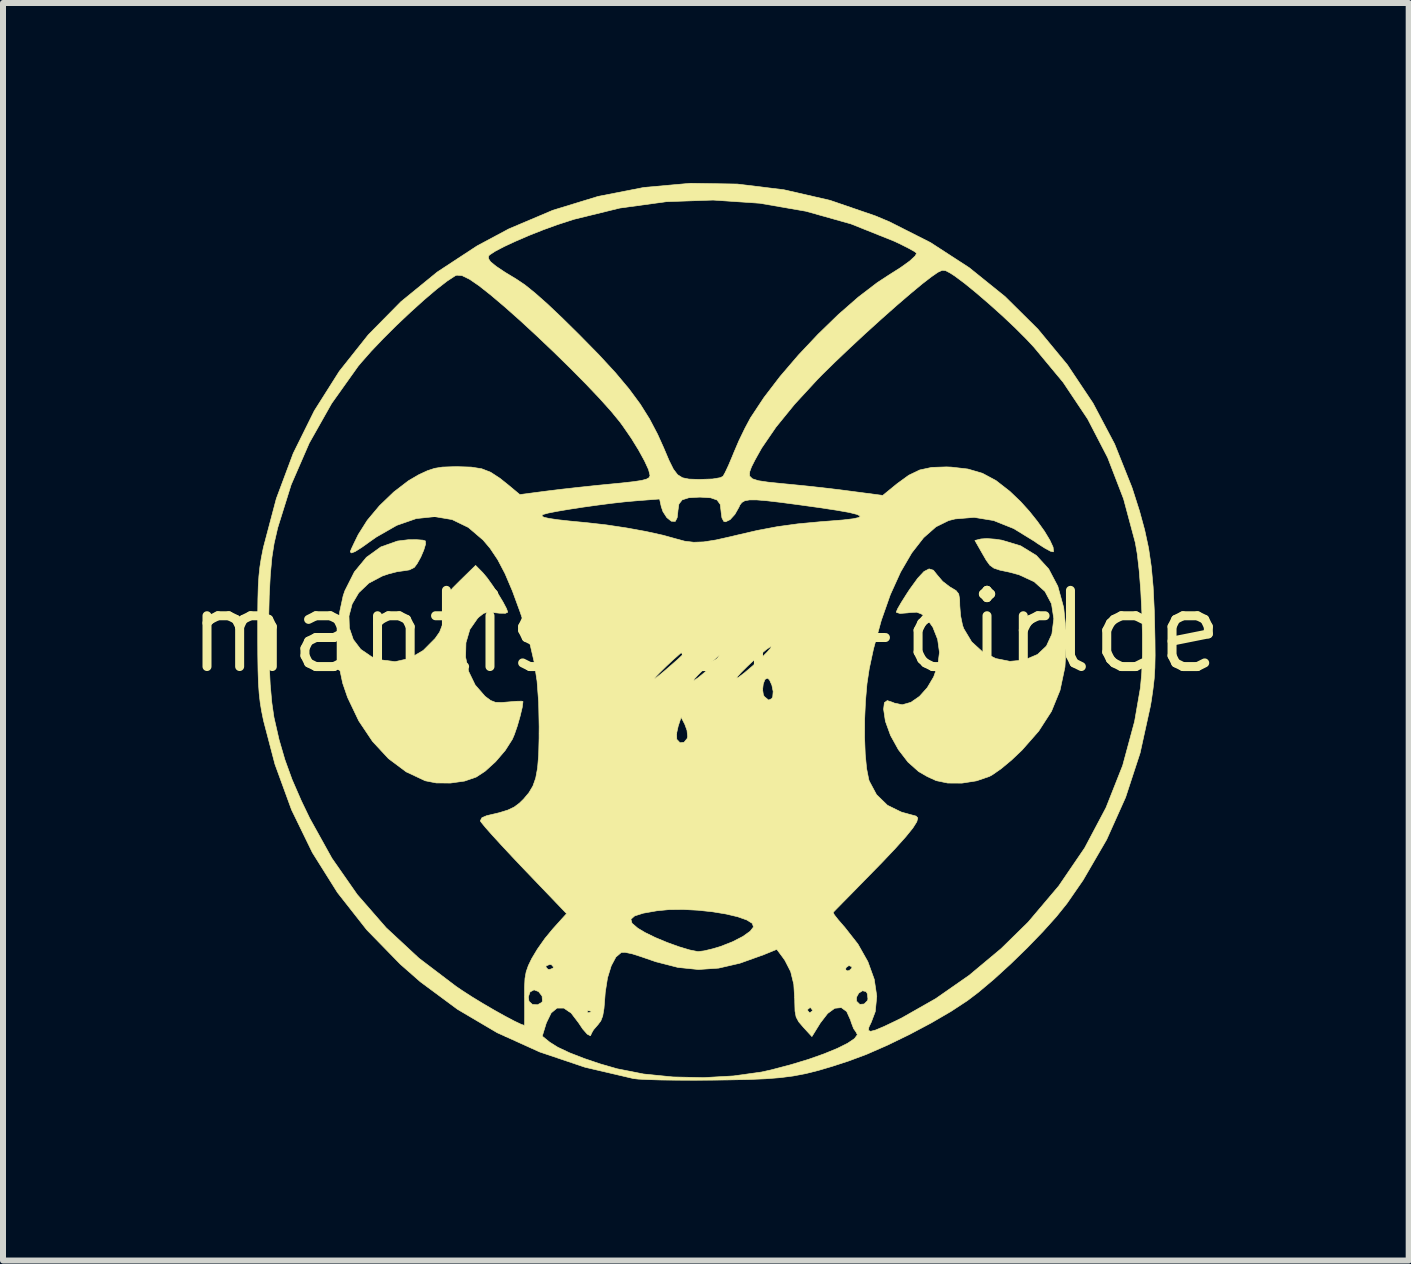
<source format=kicad_pcb>
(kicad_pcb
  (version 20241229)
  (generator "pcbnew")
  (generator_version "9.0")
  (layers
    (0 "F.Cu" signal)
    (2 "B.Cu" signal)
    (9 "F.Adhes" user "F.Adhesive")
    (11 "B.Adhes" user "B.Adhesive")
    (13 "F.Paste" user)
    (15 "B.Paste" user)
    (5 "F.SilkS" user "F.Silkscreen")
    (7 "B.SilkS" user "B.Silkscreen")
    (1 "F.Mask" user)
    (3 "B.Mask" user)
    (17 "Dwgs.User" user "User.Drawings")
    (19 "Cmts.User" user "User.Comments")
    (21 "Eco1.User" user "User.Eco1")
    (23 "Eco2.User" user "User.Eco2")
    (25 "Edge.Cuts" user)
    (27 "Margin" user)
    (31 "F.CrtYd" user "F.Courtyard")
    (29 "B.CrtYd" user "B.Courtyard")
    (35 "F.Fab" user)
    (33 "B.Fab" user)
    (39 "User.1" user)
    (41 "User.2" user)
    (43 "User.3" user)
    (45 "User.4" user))
  (footprint "mantisicon-cirlce"
    (layer "F.Cu")
    (at 8.716 7.481)
    (property "Reference" "mantisicon-cirlce" (at 0 0 0) (layer "F.SilkS") (effects (font (size 1.27 1.27) (thickness 0.15))))
    (attr through_hole)
    (fp_poly (pts (xy -4.716 -1.527) (xy -4.675 -1.514) (xy -4.672 -1.46) (xy -4.702 -1.361) (xy -4.752 -1.244) (xy -4.812 -1.136) (xy -4.859 -1.073) (xy -4.942 -1.031) (xy -5.039 -1.016) (xy -5.147 -1.001) (xy -5.294 -0.963) (xy -5.393 -0.929) (xy -5.618 -0.81) (xy -5.786 -0.65) (xy -5.896 -0.463) (xy -5.949 -0.262) (xy -5.942 -0.061) (xy -5.877 0.129) (xy -5.753 0.292) (xy -5.569 0.418) (xy -5.437 0.466) (xy -5.182 0.498) (xy -4.939 0.445) (xy -4.711 0.311) (xy -4.513 0.112) (xy -4.438 0.005) (xy -4.395 -0.106) (xy -4.373 -0.254) (xy -4.367 -0.325) (xy -4.357 -0.463) (xy -4.337 -0.56) (xy -4.295 -0.641) (xy -4.219 -0.731) (xy -4.095 -0.855) (xy -4.094 -0.856) (xy -3.838 -1.106) (xy -3.72 -0.987) (xy -3.646 -0.899) (xy -3.556 -0.773) (xy -3.463 -0.632) (xy -3.381 -0.496) (xy -3.323 -0.386) (xy -3.302 -0.326) (xy -3.34 -0.308) (xy -3.437 -0.309) (xy -3.493 -0.315) (xy -3.619 -0.327) (xy -3.703 -0.308) (xy -3.784 -0.244) (xy -3.807 -0.221) (xy -3.934 -0.038) (xy -3.999 0.183) (xy -4.005 0.423) (xy -3.953 0.664) (xy -3.845 0.887) (xy -3.683 1.073) (xy -3.676 1.079) (xy -3.588 1.145) (xy -3.508 1.176) (xy -3.402 1.179) (xy -3.293 1.17) (xy -3.162 1.159) (xy -3.073 1.157) (xy -3.048 1.163) (xy -3.061 1.262) (xy -3.096 1.408) (xy -3.142 1.569) (xy -3.192 1.714) (xy -3.226 1.793) (xy -3.344 1.978) (xy -3.504 2.165) (xy -3.68 2.325) (xy -3.828 2.422) (xy -4.022 2.489) (xy -4.257 2.522) (xy -4.494 2.52) (xy -4.678 2.484) (xy -4.994 2.336) (xy -5.29 2.115) (xy -5.556 1.828) (xy -5.786 1.485) (xy -5.972 1.095) (xy -6.054 0.856) (xy -6.109 0.595) (xy -6.135 0.29) (xy -6.133 -0.029) (xy -6.103 -0.335) (xy -6.046 -0.599) (xy -6.017 -0.684) (xy -5.859 -0.997) (xy -5.658 -1.241) (xy -5.418 -1.414) (xy -5.141 -1.512) (xy -4.962 -1.534) (xy -4.821 -1.535) (xy -4.716 -1.527)) (stroke (width 0.01) (type solid)) (fill yes) (layer "F.SilkS"))
    (fp_poly (pts (xy 4.826 -1.543) (xy 4.933 -1.527) (xy 5.248 -1.432) (xy 5.509 -1.272) (xy 5.715 -1.047) (xy 5.867 -0.758) (xy 5.965 -0.403) (xy 6.008 0.016) (xy 6.011 0.15) (xy 5.986 0.589) (xy 5.904 0.976) (xy 5.761 1.327) (xy 5.548 1.657) (xy 5.271 1.972) (xy 5.094 2.14) (xy 4.922 2.283) (xy 4.777 2.384) (xy 4.728 2.411) (xy 4.512 2.485) (xy 4.269 2.523) (xy 4.032 2.522) (xy 3.84 2.482) (xy 3.693 2.415) (xy 3.553 2.334) (xy 3.544 2.328) (xy 3.369 2.172) (xy 3.209 1.964) (xy 3.079 1.729) (xy 2.993 1.492) (xy 2.963 1.291) (xy 2.976 1.182) (xy 3.024 1.147) (xy 3.119 1.178) (xy 3.138 1.188) (xy 3.274 1.217) (xy 3.418 1.176) (xy 3.561 1.077) (xy 3.691 0.932) (xy 3.797 0.753) (xy 3.868 0.553) (xy 3.894 0.343) (xy 3.894 0.342) (xy 3.864 0.127) (xy 3.784 -0.076) (xy 3.68 -0.222) (xy 3.593 -0.297) (xy 3.514 -0.326) (xy 3.402 -0.32) (xy 3.366 -0.315) (xy 3.237 -0.305) (xy 3.178 -0.322) (xy 3.175 -0.331) (xy 3.197 -0.383) (xy 3.257 -0.487) (xy 3.344 -0.625) (xy 3.397 -0.706) (xy 3.531 -0.891) (xy 3.636 -1.004) (xy 3.721 -1.048) (xy 3.793 -1.026) (xy 3.86 -0.942) (xy 3.861 -0.941) (xy 3.947 -0.84) (xy 4.065 -0.749) (xy 4.083 -0.739) (xy 4.171 -0.686) (xy 4.215 -0.63) (xy 4.231 -0.541) (xy 4.233 -0.434) (xy 4.246 -0.268) (xy 4.279 -0.108) (xy 4.299 -0.052) (xy 4.431 0.168) (xy 4.614 0.336) (xy 4.832 0.446) (xy 5.068 0.493) (xy 5.308 0.471) (xy 5.529 0.378) (xy 5.677 0.238) (xy 5.768 0.039) (xy 5.8 -0.214) (xy 5.8 -0.218) (xy 5.762 -0.466) (xy 5.653 -0.672) (xy 5.472 -0.834) (xy 5.221 -0.95) (xy 5.058 -0.994) (xy 4.901 -1.027) (xy 4.802 -1.06) (xy 4.734 -1.109) (xy 4.674 -1.192) (xy 4.599 -1.322) (xy 4.485 -1.522) (xy 4.586 -1.547) (xy 4.684 -1.554) (xy 4.826 -1.543)) (stroke (width 0.01) (type solid)) (fill yes) (layer "F.SilkS"))
    (fp_poly (pts (xy 0.525 -7.463) (xy 1.301 -7.368) (xy 2.069 -7.192) (xy 2.824 -6.933) (xy 3.062 -6.833) (xy 3.746 -6.487) (xy 4.39 -6.069) (xy 4.988 -5.587) (xy 5.535 -5.045) (xy 6.026 -4.451) (xy 6.454 -3.81) (xy 6.814 -3.129) (xy 7.1 -2.413) (xy 7.113 -2.375) (xy 7.228 -2.015) (xy 7.315 -1.696) (xy 7.38 -1.394) (xy 7.425 -1.086) (xy 7.456 -0.749) (xy 7.475 -0.361) (xy 7.48 -0.169) (xy 7.487 0.145) (xy 7.489 0.395) (xy 7.485 0.6) (xy 7.474 0.78) (xy 7.454 0.954) (xy 7.427 1.142) (xy 7.411 1.237) (xy 7.239 2.02) (xy 6.997 2.76) (xy 6.681 3.465) (xy 6.288 4.141) (xy 6.019 4.53) (xy 5.843 4.749) (xy 5.616 5.001) (xy 5.355 5.271) (xy 5.078 5.54) (xy 4.802 5.792) (xy 4.543 6.01) (xy 4.36 6.149) (xy 4.084 6.33) (xy 3.754 6.522) (xy 3.394 6.713) (xy 3.028 6.891) (xy 2.681 7.043) (xy 2.378 7.156) (xy 2.107 7.244) (xy 1.874 7.313) (xy 1.662 7.366) (xy 1.456 7.405) (xy 1.238 7.433) (xy 0.993 7.452) (xy 0.704 7.464) (xy 0.357 7.471) (xy 0.127 7.474) (xy -0.185 7.476) (xy -0.481 7.475) (xy -0.745 7.472) (xy -0.965 7.465) (xy -1.126 7.457) (xy -1.206 7.448) (xy -2.015 7.259) (xy -2.771 7.004) (xy -3.351 6.741) (xy -2.727 6.741) (xy -2.602 6.842) (xy -2.47 6.925) (xy -2.273 7.018) (xy -2.029 7.113) (xy -1.756 7.205) (xy -1.478 7.285) (xy -1.037 7.372) (xy -0.547 7.421) (xy -0.038 7.432) (xy 0.463 7.404) (xy 0.927 7.339) (xy 1.086 7.304) (xy 1.409 7.219) (xy 1.707 7.129) (xy 1.97 7.036) (xy 2.192 6.945) (xy 2.364 6.859) (xy 2.478 6.782) (xy 2.526 6.717) (xy 2.501 6.669) (xy 2.463 6.615) (xy 2.423 6.51) (xy 2.412 6.473) (xy 2.348 6.331) (xy 2.258 6.265) (xy 2.149 6.276) (xy 2.03 6.363) (xy 1.906 6.524) (xy 1.904 6.528) (xy 1.768 6.748) (xy 1.625 6.592) (xy 1.548 6.502) (xy 1.505 6.422) (xy 1.486 6.322) (xy 1.486 6.308) (xy 1.693 6.308) (xy 1.726 6.349) (xy 1.736 6.35) (xy 1.777 6.318) (xy 1.778 6.308) (xy 1.746 6.267) (xy 1.736 6.265) (xy 1.695 6.298) (xy 1.693 6.308) (xy 1.486 6.308) (xy 1.482 6.171) (xy 1.482 6.145) (xy 1.479 6.095) (xy 2.51 6.095) (xy 2.513 6.159) (xy 2.566 6.211) (xy 2.639 6.205) (xy 2.694 6.149) (xy 2.702 6.123) (xy 2.692 6.033) (xy 2.671 5.998) (xy 2.611 5.984) (xy 2.549 6.024) (xy 2.51 6.095) (xy 1.479 6.095) (xy 1.466 5.878) (xy 1.414 5.665) (xy 1.397 5.632) (xy 2.328 5.632) (xy 2.359 5.653) (xy 2.392 5.646) (xy 2.434 5.606) (xy 2.431 5.583) (xy 2.385 5.564) (xy 2.338 5.597) (xy 2.328 5.632) (xy 1.397 5.632) (xy 1.319 5.48) (xy 1.284 5.43) (xy 1.183 5.294) (xy 0.962 5.384) (xy 0.568 5.525) (xy 0.213 5.607) (xy -0.124 5.63) (xy -0.466 5.595) (xy -0.833 5.501) (xy -1.082 5.415) (xy -1.226 5.369) (xy -1.345 5.344) (xy -1.408 5.345) (xy -1.499 5.422) (xy -1.577 5.568) (xy -1.639 5.769) (xy -1.677 6.012) (xy -1.683 6.094) (xy -1.698 6.28) (xy -1.719 6.404) (xy -1.751 6.487) (xy -1.8 6.552) (xy -1.805 6.557) (xy -1.873 6.636) (xy -1.905 6.692) (xy -1.905 6.694) (xy -1.924 6.735) (xy -1.976 6.708) (xy -2.052 6.622) (xy -2.121 6.519) (xy -2.246 6.355) (xy -2.296 6.322) (xy -1.976 6.322) (xy -1.97 6.347) (xy -1.947 6.35) (xy -1.912 6.335) (xy -1.919 6.322) (xy -1.969 6.317) (xy -1.976 6.322) (xy -2.296 6.322) (xy -2.368 6.273) (xy -2.48 6.273) (xy -2.578 6.354) (xy -2.657 6.516) (xy -2.665 6.539) (xy -2.727 6.741) (xy -3.351 6.741) (xy -3.478 6.684) (xy -4.139 6.294) (xy -4.759 5.835) (xy -5.093 5.542) (xy -5.653 4.968) (xy -6.141 4.347) (xy -6.559 3.681) (xy -6.906 2.968) (xy -7.183 2.208) (xy -7.373 1.482) (xy -7.405 1.325) (xy -7.429 1.179) (xy -7.446 1.027) (xy -7.458 0.853) (xy -7.465 0.642) (xy -7.469 0.378) (xy -7.47 0.153) (xy -7.288 0.153) (xy -7.279 0.528) (xy -7.262 0.877) (xy -7.235 1.181) (xy -7.2 1.423) (xy -7.197 1.437) (xy -7.114 1.8) (xy -7.017 2.133) (xy -6.897 2.464) (xy -6.743 2.818) (xy -6.602 3.111) (xy -6.233 3.776) (xy -5.811 4.381) (xy -5.329 4.934) (xy -4.782 5.442) (xy -4.163 5.912) (xy -4.064 5.979) (xy -3.902 6.084) (xy -3.718 6.196) (xy -3.528 6.307) (xy -3.347 6.408) (xy -3.192 6.49) (xy -3.078 6.544) (xy -3.024 6.562) (xy -3.022 6.522) (xy -3.021 6.416) (xy -3.021 6.26) (xy -3.022 6.128) (xy -3.022 6.087) (xy -2.959 6.087) (xy -2.948 6.16) (xy -2.891 6.212) (xy -2.806 6.218) (xy -2.736 6.179) (xy -2.724 6.159) (xy -2.73 6.073) (xy -2.788 5.998) (xy -2.864 5.969) (xy -2.93 6.004) (xy -2.959 6.087) (xy -3.022 6.087) (xy -3.022 5.924) (xy -3.015 5.779) (xy -2.995 5.668) (xy -2.967 5.588) (xy -2.667 5.588) (xy -2.633 5.626) (xy -2.603 5.63) (xy -2.547 5.607) (xy -2.54 5.588) (xy -2.574 5.55) (xy -2.603 5.546) (xy -2.66 5.569) (xy -2.667 5.588) (xy -2.967 5.588) (xy -2.959 5.565) (xy -2.903 5.449) (xy -2.809 5.292) (xy -2.683 5.113) (xy -2.551 4.953) (xy -2.55 4.952) (xy -2.406 4.792) (xy -1.249 4.792) (xy -1.231 4.859) (xy -1.135 4.941) (xy -1.013 5.014) (xy -0.843 5.097) (xy -0.646 5.179) (xy -0.447 5.251) (xy -0.27 5.304) (xy -0.14 5.33) (xy -0.125 5.331) (xy -0.028 5.319) (xy 0.114 5.285) (xy 0.245 5.246) (xy 0.446 5.167) (xy 0.617 5.079) (xy 0.739 4.992) (xy 0.794 4.921) (xy 0.774 4.861) (xy 0.682 4.804) (xy 0.532 4.751) (xy 0.338 4.705) (xy 0.113 4.668) (xy -0.131 4.642) (xy -0.379 4.629) (xy -0.618 4.632) (xy -0.816 4.651) (xy -1.043 4.691) (xy -1.187 4.737) (xy -1.249 4.792) (xy -2.406 4.792) (xy -2.321 4.699) (xy -3.034 3.955) (xy -3.233 3.745) (xy -3.411 3.554) (xy -3.561 3.39) (xy -3.675 3.261) (xy -3.743 3.178) (xy -3.76 3.152) (xy -3.733 3.1) (xy -3.654 3.066) (xy -3.446 3.017) (xy -3.3 2.972) (xy -3.195 2.922) (xy -3.109 2.858) (xy -3.039 2.79) (xy -2.95 2.684) (xy -2.883 2.572) (xy -2.836 2.439) (xy -2.805 2.271) (xy -2.787 2.053) (xy -2.78 1.773) (xy -2.78 1.692) (xy -0.487 1.692) (xy -0.485 1.786) (xy -0.483 1.795) (xy -0.431 1.85) (xy -0.363 1.842) (xy -0.312 1.78) (xy -0.304 1.748) (xy -0.314 1.644) (xy -0.352 1.54) (xy -0.412 1.425) (xy -0.461 1.574) (xy -0.487 1.692) (xy -2.78 1.692) (xy -2.779 1.587) (xy -2.787 1.181) (xy -2.803 0.965) (xy 0.946 0.965) (xy 0.959 1.052) (xy 0.975 1.081) (xy 1.047 1.139) (xy 1.099 1.114) (xy 1.115 1.083) (xy 1.122 0.995) (xy 1.1 0.888) (xy 1.06 0.801) (xy 1.028 0.773) (xy 0.986 0.794) (xy 0.957 0.869) (xy 0.946 0.965) (xy -2.803 0.965) (xy -2.813 0.831) (xy -2.815 0.813) (xy -0.203 0.813) (xy -0.191 0.809) (xy -0.141 0.775) (xy 0.514 0.775) (xy 0.545 0.759) (xy 0.647 0.682) (xy 0.78 0.569) (xy 0.918 0.443) (xy 0.926 0.436) (xy 1.025 0.336) (xy 1.082 0.269) (xy 1.088 0.245) (xy 1.077 0.249) (xy 1.008 0.296) (xy 0.899 0.387) (xy 0.766 0.506) (xy 0.696 0.572) (xy 0.586 0.681) (xy 0.523 0.751) (xy 0.514 0.775) (xy -0.141 0.775) (xy -0.124 0.763) (xy -0.015 0.673) (xy 0.118 0.555) (xy 0.191 0.487) (xy 0.301 0.378) (xy 0.368 0.306) (xy 0.385 0.277) (xy 0.36 0.289) (xy 0.276 0.351) (xy 0.171 0.439) (xy 0.059 0.538) (xy -0.048 0.638) (xy -0.136 0.726) (xy -0.192 0.788) (xy -0.203 0.813) (xy -2.815 0.813) (xy -2.82 0.784) (xy -0.856 0.784) (xy -0.808 0.751) (xy -0.709 0.67) (xy -0.561 0.542) (xy -0.468 0.46) (xy -0.363 0.361) (xy -0.295 0.288) (xy -0.278 0.255) (xy -0.281 0.254) (xy -0.328 0.282) (xy -0.421 0.357) (xy -0.545 0.467) (xy -0.66 0.575) (xy -0.785 0.698) (xy -0.85 0.767) (xy -0.856 0.784) (xy -2.82 0.784) (xy -2.861 0.508) (xy -2.936 0.184) (xy -3.042 -0.169) (xy -3.093 -0.321) (xy -3.224 -0.679) (xy -3.347 -0.968) (xy -3.469 -1.201) (xy -3.597 -1.392) (xy -3.712 -1.528) (xy -3.959 -1.739) (xy -4.229 -1.87) (xy -4.519 -1.919) (xy -4.827 -1.887) (xy -5.152 -1.774) (xy -5.491 -1.58) (xy -5.574 -1.522) (xy -5.738 -1.405) (xy -5.846 -1.337) (xy -5.906 -1.314) (xy -5.926 -1.33) (xy -5.927 -1.335) (xy -5.909 -1.381) (xy -5.862 -1.481) (xy -5.797 -1.614) (xy -5.794 -1.62) (xy -5.645 -1.856) (xy -5.586 -1.927) (xy -2.731 -1.927) (xy -2.697 -1.908) (xy -2.613 -1.889) (xy -2.471 -1.868) (xy -2.263 -1.845) (xy -1.991 -1.819) (xy -1.662 -1.782) (xy -1.323 -1.731) (xy -0.999 -1.672) (xy -0.713 -1.609) (xy -0.508 -1.552) (xy -0.353 -1.51) (xy -0.202 -1.492) (xy -0.035 -1.498) (xy 0.168 -1.53) (xy 0.426 -1.588) (xy 0.5 -1.606) (xy 0.858 -1.689) (xy 1.192 -1.752) (xy 1.535 -1.799) (xy 1.92 -1.835) (xy 2.053 -1.845) (xy 2.29 -1.864) (xy 2.457 -1.884) (xy 2.552 -1.905) (xy 2.574 -1.929) (xy 2.52 -1.956) (xy 2.389 -1.989) (xy 2.179 -2.026) (xy 1.888 -2.07) (xy 1.55 -2.117) (xy 1.247 -2.157) (xy 1.016 -2.184) (xy 0.847 -2.198) (xy 0.728 -2.198) (xy 0.65 -2.184) (xy 0.6 -2.155) (xy 0.567 -2.112) (xy 0.552 -2.077) (xy 0.484 -1.957) (xy 0.404 -1.869) (xy 0.329 -1.833) (xy 0.299 -1.84) (xy 0.268 -1.898) (xy 0.254 -2) (xy 0.254 -2.005) (xy 0.24 -2.123) (xy 0.187 -2.196) (xy 0.081 -2.233) (xy -0.093 -2.244) (xy -0.106 -2.244) (xy -0.284 -2.234) (xy -0.394 -2.199) (xy -0.449 -2.129) (xy -0.466 -2.013) (xy -0.466 -2.005) (xy -0.478 -1.902) (xy -0.509 -1.841) (xy -0.511 -1.84) (xy -0.576 -1.843) (xy -0.651 -1.904) (xy -0.715 -2.003) (xy -0.743 -2.085) (xy -0.771 -2.213) (xy -1.137 -2.185) (xy -1.341 -2.167) (xy -1.573 -2.141) (xy -1.819 -2.109) (xy -2.063 -2.075) (xy -2.289 -2.04) (xy -2.483 -2.007) (xy -2.63 -1.978) (xy -2.713 -1.955) (xy -2.725 -1.948) (xy -2.731 -1.927) (xy -5.586 -1.927) (xy -5.441 -2.1) (xy -5.204 -2.328) (xy -4.958 -2.517) (xy -4.787 -2.617) (xy -4.643 -2.684) (xy -4.522 -2.724) (xy -4.393 -2.745) (xy -4.223 -2.751) (xy -4.14 -2.752) (xy -3.911 -2.745) (xy -3.736 -2.717) (xy -3.587 -2.659) (xy -3.432 -2.558) (xy -3.297 -2.45) (xy -3.101 -2.287) (xy -2.64 -2.347) (xy -2.395 -2.377) (xy -2.108 -2.409) (xy -1.824 -2.439) (xy -1.672 -2.454) (xy -1.403 -2.48) (xy -1.207 -2.502) (xy -1.073 -2.522) (xy -0.99 -2.544) (xy -0.947 -2.568) (xy -0.932 -2.599) (xy -0.931 -2.608) (xy -0.955 -2.703) (xy -1.022 -2.848) (xy -1.12 -3.027) (xy -1.242 -3.225) (xy -1.379 -3.424) (xy -1.433 -3.498) (xy -1.579 -3.676) (xy -1.772 -3.891) (xy -2.003 -4.134) (xy -2.261 -4.395) (xy -2.535 -4.663) (xy -2.815 -4.929) (xy -3.09 -5.183) (xy -3.35 -5.414) (xy -3.585 -5.613) (xy -3.784 -5.77) (xy -3.936 -5.874) (xy -3.939 -5.876) (xy -4.064 -5.937) (xy -4.151 -5.944) (xy -4.179 -5.933) (xy -4.312 -5.846) (xy -4.489 -5.709) (xy -4.697 -5.532) (xy -4.923 -5.328) (xy -5.154 -5.11) (xy -5.377 -4.888) (xy -5.58 -4.675) (xy -5.749 -4.483) (xy -5.798 -4.424) (xy -6.238 -3.806) (xy -6.611 -3.145) (xy -6.913 -2.45) (xy -7.137 -1.733) (xy -7.197 -1.472) (xy -7.233 -1.242) (xy -7.26 -0.946) (xy -7.278 -0.602) (xy -7.287 -0.23) (xy -7.288 0.153) (xy -7.47 0.153) (xy -7.47 0.045) (xy -7.47 0.042) (xy -7.47 -0.288) (xy -7.467 -0.549) (xy -7.461 -0.758) (xy -7.45 -0.93) (xy -7.434 -1.081) (xy -7.411 -1.226) (xy -7.38 -1.383) (xy -7.372 -1.418) (xy -7.16 -2.219) (xy -6.878 -2.974) (xy -6.527 -3.683) (xy -6.11 -4.342) (xy -5.628 -4.949) (xy -5.084 -5.501) (xy -4.478 -5.996) (xy -4.134 -6.222) (xy -3.625 -6.222) (xy -3.588 -6.167) (xy -3.498 -6.093) (xy -3.35 -5.994) (xy -3.157 -5.877) (xy -3.017 -5.783) (xy -2.847 -5.646) (xy -2.64 -5.463) (xy -2.39 -5.226) (xy -2.117 -4.957) (xy -1.784 -4.618) (xy -1.508 -4.319) (xy -1.281 -4.048) (xy -1.094 -3.795) (xy -0.939 -3.548) (xy -0.805 -3.293) (xy -0.704 -3.069) (xy -0.614 -2.857) (xy -0.541 -2.71) (xy -0.471 -2.618) (xy -0.389 -2.567) (xy -0.282 -2.545) (xy -0.135 -2.54) (xy -0.083 -2.54) (xy 0.115 -2.547) (xy 0.243 -2.569) (xy 0.287 -2.593) (xy 0.322 -2.655) (xy 0.324 -2.659) (xy 0.728 -2.659) (xy 0.73 -2.595) (xy 0.776 -2.55) (xy 0.876 -2.518) (xy 1.038 -2.494) (xy 1.271 -2.47) (xy 1.418 -2.456) (xy 1.66 -2.432) (xy 1.945 -2.401) (xy 2.232 -2.367) (xy 2.416 -2.343) (xy 2.949 -2.273) (xy 3.188 -2.468) (xy 3.382 -2.609) (xy 3.565 -2.697) (xy 3.765 -2.74) (xy 4.01 -2.748) (xy 4.089 -2.745) (xy 4.367 -2.713) (xy 4.61 -2.642) (xy 4.836 -2.521) (xy 5.067 -2.341) (xy 5.247 -2.169) (xy 5.391 -2.01) (xy 5.526 -1.841) (xy 5.644 -1.676) (xy 5.734 -1.527) (xy 5.788 -1.411) (xy 5.796 -1.34) (xy 5.791 -1.332) (xy 5.746 -1.342) (xy 5.652 -1.393) (xy 5.525 -1.474) (xy 5.482 -1.505) (xy 5.132 -1.72) (xy 4.797 -1.854) (xy 4.473 -1.907) (xy 4.156 -1.881) (xy 4.048 -1.854) (xy 3.837 -1.75) (xy 3.63 -1.568) (xy 3.432 -1.314) (xy 3.246 -0.995) (xy 3.075 -0.618) (xy 2.924 -0.188) (xy 2.794 0.288) (xy 2.724 0.614) (xy 2.686 0.866) (xy 2.661 1.155) (xy 2.647 1.46) (xy 2.646 1.762) (xy 2.657 2.043) (xy 2.68 2.282) (xy 2.715 2.46) (xy 2.723 2.487) (xy 2.845 2.715) (xy 3.027 2.892) (xy 3.255 3.004) (xy 3.281 3.012) (xy 3.401 3.045) (xy 3.491 3.069) (xy 3.505 3.073) (xy 3.533 3.104) (xy 3.516 3.168) (xy 3.451 3.271) (xy 3.333 3.417) (xy 3.161 3.609) (xy 2.931 3.852) (xy 2.78 4.006) (xy 2.591 4.199) (xy 2.423 4.371) (xy 2.283 4.513) (xy 2.182 4.616) (xy 2.128 4.672) (xy 2.122 4.678) (xy 2.14 4.716) (xy 2.204 4.798) (xy 2.299 4.908) (xy 2.313 4.923) (xy 2.535 5.206) (xy 2.701 5.5) (xy 2.807 5.793) (xy 2.849 6.075) (xy 2.824 6.332) (xy 2.758 6.507) (xy 2.717 6.593) (xy 2.711 6.645) (xy 2.746 6.661) (xy 2.83 6.639) (xy 2.97 6.58) (xy 3.175 6.482) (xy 3.268 6.436) (xy 3.831 6.116) (xy 4.389 5.727) (xy 4.923 5.281) (xy 5.372 4.841) (xy 5.882 4.238) (xy 6.315 3.603) (xy 6.67 2.933) (xy 6.948 2.23) (xy 7.147 1.494) (xy 7.244 0.933) (xy 7.266 0.687) (xy 7.277 0.382) (xy 7.277 0.038) (xy 7.268 -0.323) (xy 7.25 -0.68) (xy 7.224 -1.013) (xy 7.191 -1.3) (xy 7.159 -1.485) (xy 6.963 -2.216) (xy 6.699 -2.901) (xy 6.365 -3.546) (xy 5.956 -4.158) (xy 5.469 -4.744) (xy 5.339 -4.883) (xy 5.154 -5.068) (xy 4.944 -5.266) (xy 4.723 -5.464) (xy 4.508 -5.649) (xy 4.312 -5.809) (xy 4.151 -5.929) (xy 4.074 -5.979) (xy 3.998 -6.019) (xy 3.939 -6.025) (xy 3.869 -5.993) (xy 3.762 -5.919) (xy 3.609 -5.801) (xy 3.409 -5.635) (xy 3.174 -5.433) (xy 2.918 -5.206) (xy 2.653 -4.966) (xy 2.393 -4.724) (xy 2.15 -4.493) (xy 1.936 -4.283) (xy 1.858 -4.203) (xy 1.479 -3.792) (xy 1.169 -3.411) (xy 0.93 -3.062) (xy 0.822 -2.869) (xy 0.761 -2.749) (xy 0.728 -2.659) (xy 0.324 -2.659) (xy 0.378 -2.774) (xy 0.443 -2.928) (xy 0.466 -2.985) (xy 0.551 -3.184) (xy 0.651 -3.391) (xy 0.744 -3.565) (xy 0.752 -3.577) (xy 0.969 -3.905) (xy 1.237 -4.255) (xy 1.542 -4.611) (xy 1.87 -4.959) (xy 2.208 -5.287) (xy 2.541 -5.578) (xy 2.856 -5.819) (xy 3.05 -5.946) (xy 3.247 -6.071) (xy 3.397 -6.179) (xy 3.488 -6.263) (xy 3.514 -6.309) (xy 3.478 -6.338) (xy 3.381 -6.392) (xy 3.241 -6.463) (xy 3.143 -6.509) (xy 2.418 -6.799) (xy 1.667 -7.01) (xy 0.9 -7.143) (xy 0.122 -7.196) (xy -0.658 -7.169) (xy -1.433 -7.063) (xy -2.196 -6.876) (xy -2.477 -6.785) (xy -2.714 -6.699) (xy -2.951 -6.605) (xy -3.173 -6.509) (xy -3.365 -6.42) (xy -3.513 -6.342) (xy -3.603 -6.283) (xy -3.62 -6.265) (xy -3.625 -6.222) (xy -4.134 -6.222) (xy -3.815 -6.431) (xy -3.287 -6.714) (xy -2.551 -7.026) (xy -1.797 -7.257) (xy -1.03 -7.407) (xy -0.254 -7.476) (xy 0.525 -7.463)) (stroke (width 0.01) (type solid)) (fill yes) (layer "F.SilkS")))
  (gr_rect
    (start -3 -3)
    (end 20.432 17.962)
    (stroke (width 0.1) (type default))
    (fill no)
    (layer "Edge.Cuts")))
</source>
